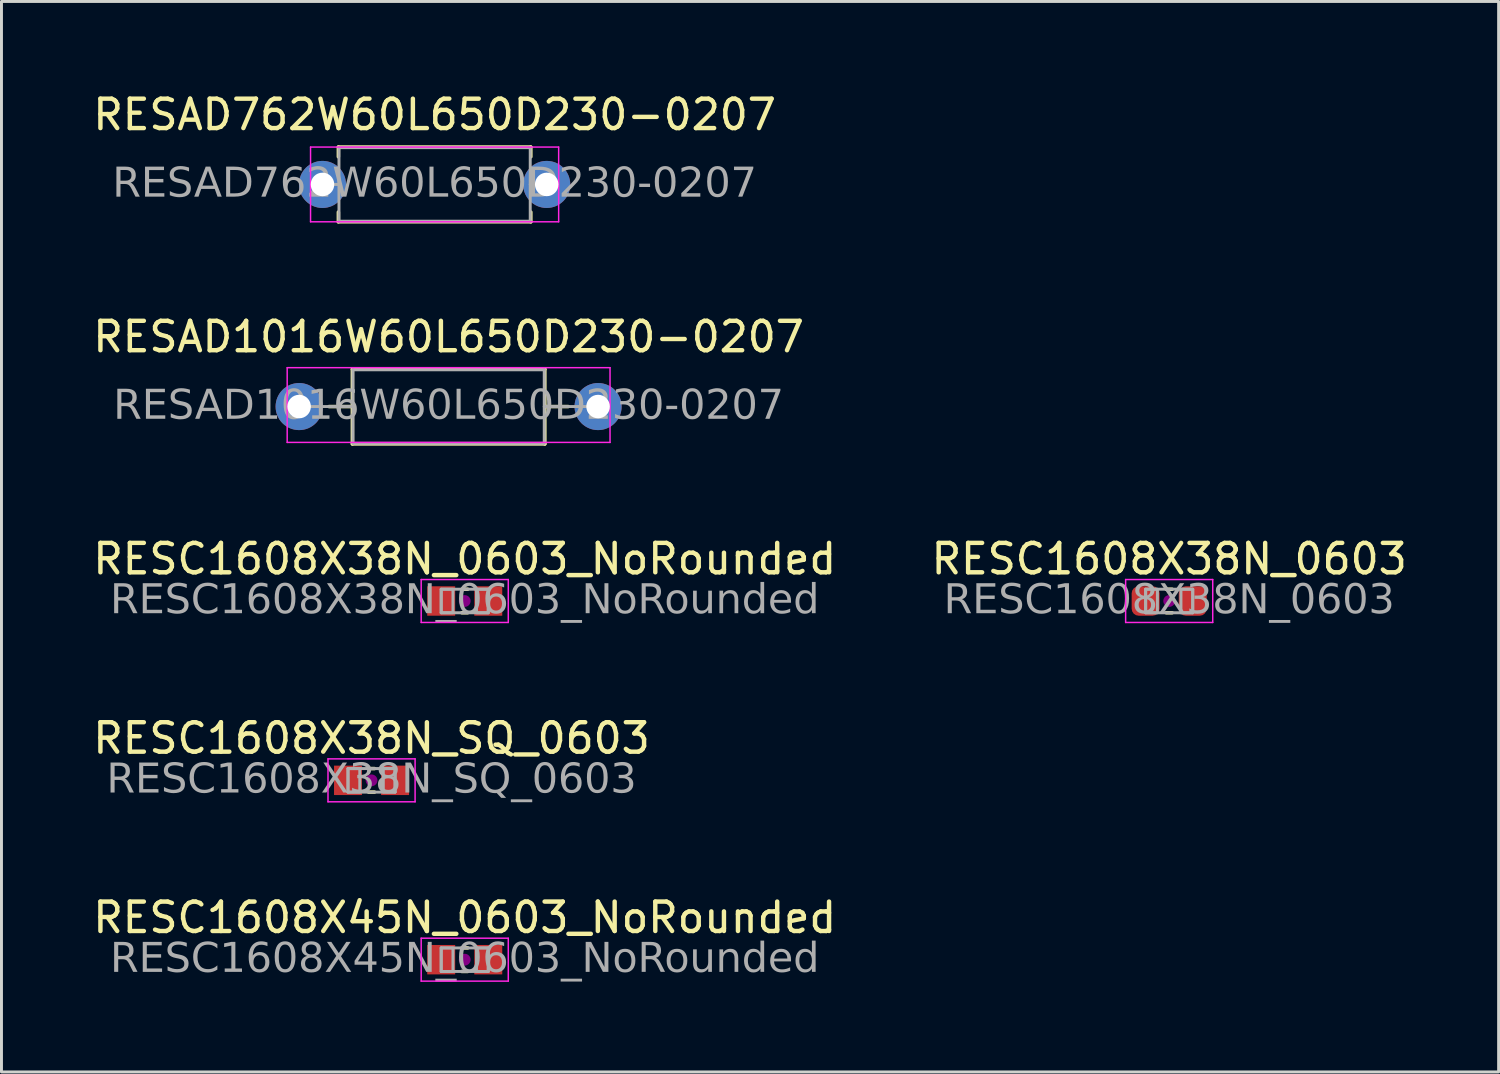
<source format=kicad_pcb>
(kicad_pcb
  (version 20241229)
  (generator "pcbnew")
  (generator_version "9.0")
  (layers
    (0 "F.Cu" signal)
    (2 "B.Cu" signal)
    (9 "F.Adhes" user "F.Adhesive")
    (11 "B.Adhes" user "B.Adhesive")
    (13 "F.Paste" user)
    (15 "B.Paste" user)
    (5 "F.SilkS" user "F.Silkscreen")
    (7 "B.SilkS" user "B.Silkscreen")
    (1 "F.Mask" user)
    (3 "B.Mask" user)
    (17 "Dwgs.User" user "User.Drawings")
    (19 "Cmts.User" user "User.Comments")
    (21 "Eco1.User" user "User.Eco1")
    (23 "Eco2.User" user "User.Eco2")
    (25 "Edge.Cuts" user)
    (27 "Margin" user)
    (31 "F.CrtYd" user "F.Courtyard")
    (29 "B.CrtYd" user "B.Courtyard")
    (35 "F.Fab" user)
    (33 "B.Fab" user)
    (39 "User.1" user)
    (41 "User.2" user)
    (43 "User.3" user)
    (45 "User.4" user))
  (footprint "RESC1608X38N_0603"
    (layer "F.Cu")
    (at 36.685 17.375)
    (property "Reference" "RESC1608X38N_0603" (at 0 -1.43 0) (layer "F.SilkS") (effects (font (size 1 1) (thickness 0.15))))
    (attr smd)
    (fp_line (start -0.1 -0.4) (end 0.1 -0.4) (stroke (width 0.12) (type solid)) (layer "F.SilkS"))
    (fp_line (start -0.1 0.4) (end 0.1 0.4) (stroke (width 0.12) (type solid)) (layer "F.SilkS"))
    (fp_circle (center 0 0) (end 0.2 0) (stroke (width 0) (type solid)) (fill yes) (layer "F.Adhes"))
    (fp_line (start -1.48 -0.73) (end 1.48 -0.73) (stroke (width 0.05) (type solid)) (layer "F.CrtYd"))
    (fp_line (start -1.48 0.73) (end -1.48 -0.73) (stroke (width 0.05) (type solid)) (layer "F.CrtYd"))
    (fp_line (start 1.48 -0.73) (end 1.48 0.73) (stroke (width 0.05) (type solid)) (layer "F.CrtYd"))
    (fp_line (start 1.48 0.73) (end -1.48 0.73) (stroke (width 0.05) (type solid)) (layer "F.CrtYd"))
    (fp_line (start -0.8 -0.4) (end 0.8 -0.4) (stroke (width 0.1) (type solid)) (layer "F.Fab"))
    (fp_line (start -0.8 0.4) (end -0.8 -0.4) (stroke (width 0.1) (type solid)) (layer "F.Fab"))
    (fp_line (start 0.8 -0.4) (end 0.8 0.4) (stroke (width 0.1) (type solid)) (layer "F.Fab"))
    (fp_line (start 0.8 0.4) (end -0.8 0.4) (stroke (width 0.1) (type solid)) (layer "F.Fab"))
    (fp_rect (start -0.8 -0.4) (end -0.4 0.4) (stroke (width 0.1) (type solid)) (fill no) (layer "F.Fab"))
    (fp_rect (start 0.8 0.4) (end 0.4 -0.4) (stroke (width 0.1) (type solid)) (fill no) (layer "F.Fab"))
    (fp_text user "${REFERENCE}" (at 0 0 0) (layer "F.Fab") (effects (font (face "Tahoma") (size 1 1) (thickness 0.15))))
    (pad "1" smd roundrect (at -0.8 0) (size 0.95 1) (layers "F.Cu" "F.Mask" "F.Paste") (roundrect_rratio 0.25))
    (pad "2" smd roundrect (at 0.8 0) (size 0.95 1) (layers "F.Cu" "F.Mask" "F.Paste") (roundrect_rratio 0.25)))
  (footprint "RESC1608X45N_0603_NoRounded"
    (layer "F.Cu")
    (at 12.744 29.565)
    (property "Reference" "RESC1608X45N_0603_NoRounded" (at 0 -1.43 0) (layer "F.SilkS") (effects (font (size 1 1) (thickness 0.15))))
    (attr smd)
    (fp_line (start -0.1 -0.4) (end 0.1 -0.4) (stroke (width 0.12) (type solid)) (layer "F.SilkS"))
    (fp_line (start -0.1 0.4) (end 0.1 0.4) (stroke (width 0.12) (type solid)) (layer "F.SilkS"))
    (fp_circle (center 0 0) (end 0.2 0) (stroke (width 0) (type solid)) (fill yes) (layer "F.Adhes"))
    (fp_line (start -1.48 -0.73) (end 1.48 -0.73) (stroke (width 0.05) (type solid)) (layer "F.CrtYd"))
    (fp_line (start -1.48 0.73) (end -1.48 -0.73) (stroke (width 0.05) (type solid)) (layer "F.CrtYd"))
    (fp_line (start 1.48 -0.73) (end 1.48 0.73) (stroke (width 0.05) (type solid)) (layer "F.CrtYd"))
    (fp_line (start 1.48 0.73) (end -1.48 0.73) (stroke (width 0.05) (type solid)) (layer "F.CrtYd"))
    (fp_line (start -0.8 -0.4) (end 0.8 -0.4) (stroke (width 0.1) (type solid)) (layer "F.Fab"))
    (fp_line (start -0.8 0.4) (end -0.8 -0.4) (stroke (width 0.1) (type solid)) (layer "F.Fab"))
    (fp_line (start 0.8 -0.4) (end 0.8 0.4) (stroke (width 0.1) (type solid)) (layer "F.Fab"))
    (fp_line (start 0.8 0.4) (end -0.8 0.4) (stroke (width 0.1) (type solid)) (layer "F.Fab"))
    (fp_rect (start -0.8 -0.4) (end -0.4 0.4) (stroke (width 0.1) (type solid)) (fill no) (layer "F.Fab"))
    (fp_rect (start 0.8 0.4) (end 0.4 -0.4) (stroke (width 0.1) (type solid)) (fill no) (layer "F.Fab"))
    (fp_text user "${REFERENCE}" (at 0 0 0) (layer "F.Fab") (effects (font (face "Tahoma") (size 1 1) (thickness 0.15))))
    (pad "1" smd rect (at -0.8 0) (size 0.95 1) (layers "F.Cu" "F.Mask" "F.Paste"))
    (pad "2" smd rect (at 0.8 0) (size 0.95 1) (layers "F.Cu" "F.Mask" "F.Paste")))
  (footprint "RESAD1016W60L650D230-0207"
    (layer "F.Cu")
    (at 12.196 10.767)
    (property "Reference" "RESAD1016W60L650D230-0207" (at 0 -2.37 0) (layer "F.SilkS") (effects (font (size 1 1) (thickness 0.15))))
    (attr through_hole)
    (fp_line (start -4.064 0) (end -3.27 0) (stroke (width 0.12) (type solid)) (layer "F.SilkS"))
    (fp_line (start -3.27 -1.27) (end -3.27 1.27) (stroke (width 0.12) (type solid)) (layer "F.SilkS"))
    (fp_line (start -3.27 -1.27) (end 3.27 -1.27) (stroke (width 0.12) (type solid)) (layer "F.SilkS"))
    (fp_line (start -3.27 1.27) (end 3.27 1.27) (stroke (width 0.12) (type solid)) (layer "F.SilkS"))
    (fp_line (start 3.27 -1.27) (end 3.27 1.27) (stroke (width 0.12) (type solid)) (layer "F.SilkS"))
    (fp_line (start 4.064 0) (end 3.27 0) (stroke (width 0.12) (type solid)) (layer "F.SilkS"))
    (fp_line (start -5.486 -1.321) (end -5.486 1.219) (stroke (width 0.05) (type solid)) (layer "F.CrtYd"))
    (fp_line (start -5.486 1.219) (end 5.486 1.219) (stroke (width 0.05) (type solid)) (layer "F.CrtYd"))
    (fp_line (start 5.486 -1.321) (end -5.486 -1.321) (stroke (width 0.05) (type solid)) (layer "F.CrtYd"))
    (fp_line (start 5.486 1.219) (end 5.486 -1.321) (stroke (width 0.05) (type solid)) (layer "F.CrtYd"))
    (fp_line (start -5.08 0) (end -3.251 0) (stroke (width 0.1) (type solid)) (layer "F.Fab"))
    (fp_line (start -3.25 -1.25) (end -3.25 1.25) (stroke (width 0.1) (type solid)) (layer "F.Fab"))
    (fp_line (start -3.25 1.25) (end 3.25 1.25) (stroke (width 0.1) (type solid)) (layer "F.Fab"))
    (fp_line (start 3.25 -1.25) (end -3.25 -1.25) (stroke (width 0.1) (type solid)) (layer "F.Fab"))
    (fp_line (start 3.25 1.25) (end 3.25 -1.25) (stroke (width 0.1) (type solid)) (layer "F.Fab"))
    (fp_line (start 5.079 0) (end 3.25 0) (stroke (width 0.1) (type solid)) (layer "F.Fab"))
    (fp_text user "${REFERENCE}" (at 0 0 0) (layer "F.Fab") (effects (font (face "Tahoma") (size 1 1) (thickness 0.15))))
    (pad "1" thru_hole circle (at -5.08 0) (size 1.6 1.6) (drill 0.8) (layers "*.Cu" "*.Mask"))
    (pad "2" thru_hole circle (at 5.08 0) (size 1.6 1.6) (drill 0.8) (layers "*.Cu" "*.Mask")))
  (footprint "RESC1608X38N_0603_NoRounded"
    (layer "F.Cu")
    (at 12.744 17.375)
    (property "Reference" "RESC1608X38N_0603_NoRounded" (at 0 -1.43 0) (layer "F.SilkS") (effects (font (size 1 1) (thickness 0.15))))
    (attr smd)
    (fp_line (start -0.1 -0.4) (end 0.1 -0.4) (stroke (width 0.12) (type solid)) (layer "F.SilkS"))
    (fp_line (start -0.1 0.4) (end 0.1 0.4) (stroke (width 0.12) (type solid)) (layer "F.SilkS"))
    (fp_circle (center 0 0) (end 0.2 0) (stroke (width 0) (type solid)) (fill yes) (layer "F.Adhes"))
    (fp_line (start -1.48 -0.73) (end 1.48 -0.73) (stroke (width 0.05) (type solid)) (layer "F.CrtYd"))
    (fp_line (start -1.48 0.73) (end -1.48 -0.73) (stroke (width 0.05) (type solid)) (layer "F.CrtYd"))
    (fp_line (start 1.48 -0.73) (end 1.48 0.73) (stroke (width 0.05) (type solid)) (layer "F.CrtYd"))
    (fp_line (start 1.48 0.73) (end -1.48 0.73) (stroke (width 0.05) (type solid)) (layer "F.CrtYd"))
    (fp_line (start -0.8 -0.4) (end 0.8 -0.4) (stroke (width 0.1) (type solid)) (layer "F.Fab"))
    (fp_line (start -0.8 0.4) (end -0.8 -0.4) (stroke (width 0.1) (type solid)) (layer "F.Fab"))
    (fp_line (start 0.8 -0.4) (end 0.8 0.4) (stroke (width 0.1) (type solid)) (layer "F.Fab"))
    (fp_line (start 0.8 0.4) (end -0.8 0.4) (stroke (width 0.1) (type solid)) (layer "F.Fab"))
    (fp_rect (start -0.8 -0.4) (end -0.4 0.4) (stroke (width 0.1) (type solid)) (fill no) (layer "F.Fab"))
    (fp_rect (start 0.8 0.4) (end 0.4 -0.4) (stroke (width 0.1) (type solid)) (fill no) (layer "F.Fab"))
    (fp_text user "${REFERENCE}" (at 0 0 0) (layer "F.Fab") (effects (font (face "Tahoma") (size 1 1) (thickness 0.15))))
    (pad "1" smd rect (at -0.8 0) (size 0.95 1) (layers "F.Cu" "F.Mask" "F.Paste"))
    (pad "2" smd rect (at 0.8 0) (size 0.95 1) (layers "F.Cu" "F.Mask" "F.Paste")))
  (footprint "RESAD762W60L650D230-0207"
    (layer "F.Cu")
    (at 11.72 3.218)
    (property "Reference" "RESAD762W60L650D230-0207" (at 0 -2.37 0) (layer "F.SilkS") (effects (font (size 1 1) (thickness 0.15))))
    (attr through_hole)
    (fp_line (start -3.27 -1.27) (end 3.27 -1.27) (stroke (width 0.12) (type solid)) (layer "F.SilkS"))
    (fp_line (start -3.27 -0.94) (end -3.27 -1.27) (stroke (width 0.12) (type solid)) (layer "F.SilkS"))
    (fp_line (start -3.27 0.94) (end -3.27 1.27) (stroke (width 0.12) (type solid)) (layer "F.SilkS"))
    (fp_line (start -3.27 1.27) (end 3.27 1.27) (stroke (width 0.12) (type solid)) (layer "F.SilkS"))
    (fp_line (start 3.27 -1.27) (end 3.27 -0.94) (stroke (width 0.12) (type solid)) (layer "F.SilkS"))
    (fp_line (start 3.27 1.27) (end 3.27 0.94) (stroke (width 0.12) (type solid)) (layer "F.SilkS"))
    (fp_line (start -4.216 -1.27) (end -4.216 1.27) (stroke (width 0.05) (type solid)) (layer "F.CrtYd"))
    (fp_line (start -4.216 1.27) (end 4.216 1.27) (stroke (width 0.05) (type solid)) (layer "F.CrtYd"))
    (fp_line (start 4.216 -1.27) (end -4.216 -1.27) (stroke (width 0.05) (type solid)) (layer "F.CrtYd"))
    (fp_line (start 4.216 1.27) (end 4.216 -1.27) (stroke (width 0.05) (type solid)) (layer "F.CrtYd"))
    (fp_line (start -3.81 0) (end -3.251 0) (stroke (width 0.1) (type solid)) (layer "F.Fab"))
    (fp_line (start -3.25 -1.25) (end -3.25 1.25) (stroke (width 0.1) (type solid)) (layer "F.Fab"))
    (fp_line (start -3.25 1.25) (end 3.25 1.25) (stroke (width 0.1) (type solid)) (layer "F.Fab"))
    (fp_line (start 3.25 -1.25) (end -3.25 -1.25) (stroke (width 0.1) (type solid)) (layer "F.Fab"))
    (fp_line (start 3.25 1.25) (end 3.25 -1.25) (stroke (width 0.1) (type solid)) (layer "F.Fab"))
    (fp_line (start 3.81 0) (end 3.251 0) (stroke (width 0.1) (type solid)) (layer "F.Fab"))
    (fp_text user "${REFERENCE}" (at 0 0 0) (layer "F.Fab") (effects (font (face "Tahoma") (size 1 1) (thickness 0.15))))
    (pad "1" thru_hole circle (at -3.81 0) (size 1.6 1.6) (drill 0.8) (layers "*.Cu" "*.Mask"))
    (pad "2" thru_hole oval (at 3.81 0) (size 1.6 1.6) (drill 0.8) (layers "*.Cu" "*.Mask")))
  (footprint "RESC1608X38N_SQ_0603"
    (layer "F.Cu")
    (at 9.577 23.47)
    (property "Reference" "RESC1608X38N_SQ_0603" (at 0 -1.43 0) (layer "F.SilkS") (effects (font (size 1 1) (thickness 0.15))))
    (attr smd)
    (fp_line (start -0.1 -0.4) (end 0.1 -0.4) (stroke (width 0.12) (type solid)) (layer "F.SilkS"))
    (fp_line (start -0.1 0.4) (end 0.1 0.4) (stroke (width 0.12) (type solid)) (layer "F.SilkS"))
    (fp_circle (center 0 0) (end 0.2 0) (stroke (width 0) (type solid)) (fill yes) (layer "F.Adhes"))
    (fp_line (start -1.48 -0.73) (end 1.48 -0.73) (stroke (width 0.05) (type solid)) (layer "F.CrtYd"))
    (fp_line (start -1.48 0.73) (end -1.48 -0.73) (stroke (width 0.05) (type solid)) (layer "F.CrtYd"))
    (fp_line (start 1.48 -0.73) (end 1.48 0.73) (stroke (width 0.05) (type solid)) (layer "F.CrtYd"))
    (fp_line (start 1.48 0.73) (end -1.48 0.73) (stroke (width 0.05) (type solid)) (layer "F.CrtYd"))
    (fp_line (start -0.8 -0.4) (end 0.8 -0.4) (stroke (width 0.1) (type solid)) (layer "F.Fab"))
    (fp_line (start -0.8 0.4) (end -0.8 -0.4) (stroke (width 0.1) (type solid)) (layer "F.Fab"))
    (fp_line (start 0.8 -0.4) (end 0.8 0.4) (stroke (width 0.1) (type solid)) (layer "F.Fab"))
    (fp_line (start 0.8 0.4) (end -0.8 0.4) (stroke (width 0.1) (type solid)) (layer "F.Fab"))
    (fp_rect (start -0.8 -0.4) (end -0.4 0.4) (stroke (width 0.1) (type solid)) (fill no) (layer "F.Fab"))
    (fp_rect (start 0.8 0.4) (end 0.4 -0.4) (stroke (width 0.1) (type solid)) (fill no) (layer "F.Fab"))
    (fp_text user "${REFERENCE}" (at 0 0 0) (layer "F.Fab") (effects (font (face "Tahoma") (size 1 1) (thickness 0.15))))
    (pad "1" smd rect (at -0.8 0) (size 0.95 1) (layers "F.Cu" "F.Mask" "F.Paste"))
    (pad "2" smd rect (at 0.8 0) (size 0.95 1) (layers "F.Cu" "F.Mask" "F.Paste")))
  (gr_rect
    (start -3 -3)
    (end 47.881 33.381)
    (stroke (width 0.1) (type default))
    (fill no)
    (layer "Edge.Cuts")))
</source>
